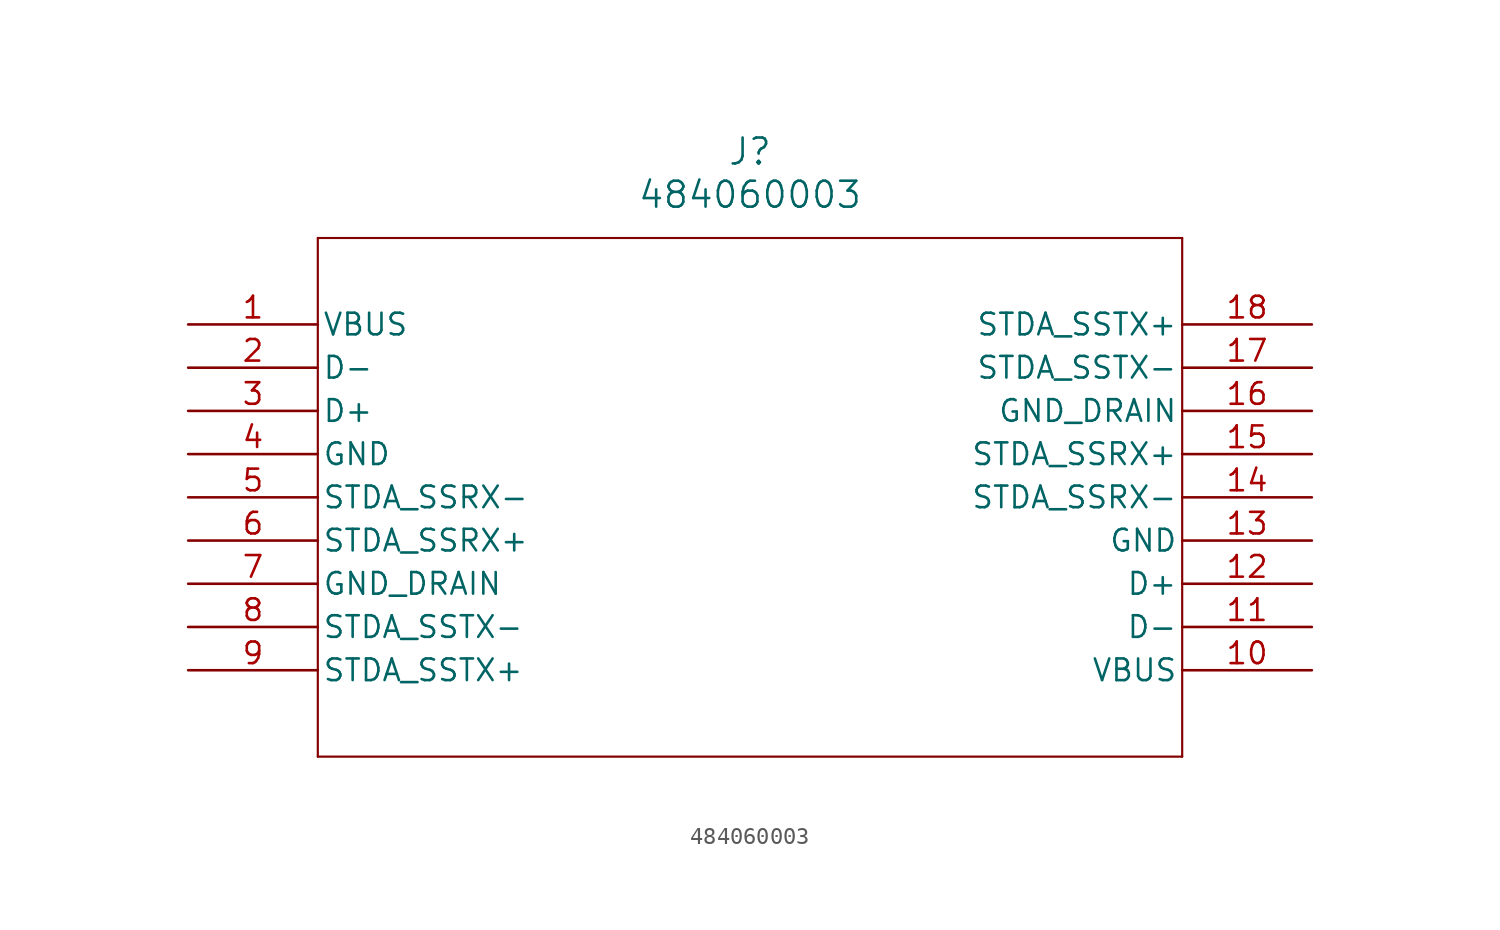
<source format=kicad_sym>
(kicad_symbol_lib
  (version 20231120)
  (generator "kicad_symbol_editor")
  (generator_version "8.0")
  (symbol "484060003"
    (pin_names
      (offset 0.254))
    (property "Reference" "J"
      (at 33.02 10.16 0)
      (effects (font (size 1.524 1.524))))
    (property "Value" "484060003"
      (at 33.02 7.62 0)
      (effects (font (size 1.524 1.524))))
    (property "ki_locked" ""
      (at 0 0 0)
      (effects (font (size 1.27 1.27))))
    (symbol "484060003_0_1"
      (polyline (pts (xy 7.62 -25.4) (xy 58.42 -25.4)) (stroke (width 0.127) (type default)) (fill (type none)))
      (polyline (pts (xy 7.62 5.08) (xy 7.62 -25.4)) (stroke (width 0.127) (type default)) (fill (type none)))
      (polyline (pts (xy 58.42 -25.4) (xy 58.42 5.08)) (stroke (width 0.127) (type default)) (fill (type none)))
      (polyline (pts (xy 58.42 5.08) (xy 7.62 5.08)) (stroke (width 0.127) (type default)) (fill (type none)))
      (pin power_in line (at 0 0 0) (length 7.62) (name "VBUS" (effects (font (size 1.27 1.27)))) (number "1" (effects (font (size 1.27 1.27)))))
      (pin power_in line (at 66.04 -20.32 180) (length 7.62) (name "VBUS" (effects (font (size 1.27 1.27)))) (number "10" (effects (font (size 1.27 1.27)))))
      (pin bidirectional line (at 66.04 -17.78 180) (length 7.62) (name "D-" (effects (font (size 1.27 1.27)))) (number "11" (effects (font (size 1.27 1.27)))))
      (pin bidirectional line (at 66.04 -15.24 180) (length 7.62) (name "D+" (effects (font (size 1.27 1.27)))) (number "12" (effects (font (size 1.27 1.27)))))
      (pin power_out line (at 66.04 -12.7 180) (length 7.62) (name "GND" (effects (font (size 1.27 1.27)))) (number "13" (effects (font (size 1.27 1.27)))))
      (pin bidirectional line (at 66.04 -10.16 180) (length 7.62) (name "STDA_SSRX-" (effects (font (size 1.27 1.27)))) (number "14" (effects (font (size 1.27 1.27)))))
      (pin bidirectional line (at 66.04 -7.62 180) (length 7.62) (name "STDA_SSRX+" (effects (font (size 1.27 1.27)))) (number "15" (effects (font (size 1.27 1.27)))))
      (pin power_out line (at 66.04 -5.08 180) (length 7.62) (name "GND_DRAIN" (effects (font (size 1.27 1.27)))) (number "16" (effects (font (size 1.27 1.27)))))
      (pin bidirectional line (at 66.04 -2.54 180) (length 7.62) (name "STDA_SSTX-" (effects (font (size 1.27 1.27)))) (number "17" (effects (font (size 1.27 1.27)))))
      (pin bidirectional line (at 66.04 0 180) (length 7.62) (name "STDA_SSTX+" (effects (font (size 1.27 1.27)))) (number "18" (effects (font (size 1.27 1.27)))))
      (pin bidirectional line (at 0 -2.54 0) (length 7.62) (name "D-" (effects (font (size 1.27 1.27)))) (number "2" (effects (font (size 1.27 1.27)))))
      (pin bidirectional line (at 0 -5.08 0) (length 7.62) (name "D+" (effects (font (size 1.27 1.27)))) (number "3" (effects (font (size 1.27 1.27)))))
      (pin power_out line (at 0 -7.62 0) (length 7.62) (name "GND" (effects (font (size 1.27 1.27)))) (number "4" (effects (font (size 1.27 1.27)))))
      (pin bidirectional line (at 0 -10.16 0) (length 7.62) (name "STDA_SSRX-" (effects (font (size 1.27 1.27)))) (number "5" (effects (font (size 1.27 1.27)))))
      (pin bidirectional line (at 0 -12.7 0) (length 7.62) (name "STDA_SSRX+" (effects (font (size 1.27 1.27)))) (number "6" (effects (font (size 1.27 1.27)))))
      (pin power_out line (at 0 -15.24 0) (length 7.62) (name "GND_DRAIN" (effects (font (size 1.27 1.27)))) (number "7" (effects (font (size 1.27 1.27)))))
      (pin bidirectional line (at 0 -17.78 0) (length 7.62) (name "STDA_SSTX-" (effects (font (size 1.27 1.27)))) (number "8" (effects (font (size 1.27 1.27)))))
      (pin bidirectional line (at 0 -20.32 0) (length 7.62) (name "STDA_SSTX+" (effects (font (size 1.27 1.27)))) (number "9" (effects (font (size 1.27 1.27))))))))
</source>
